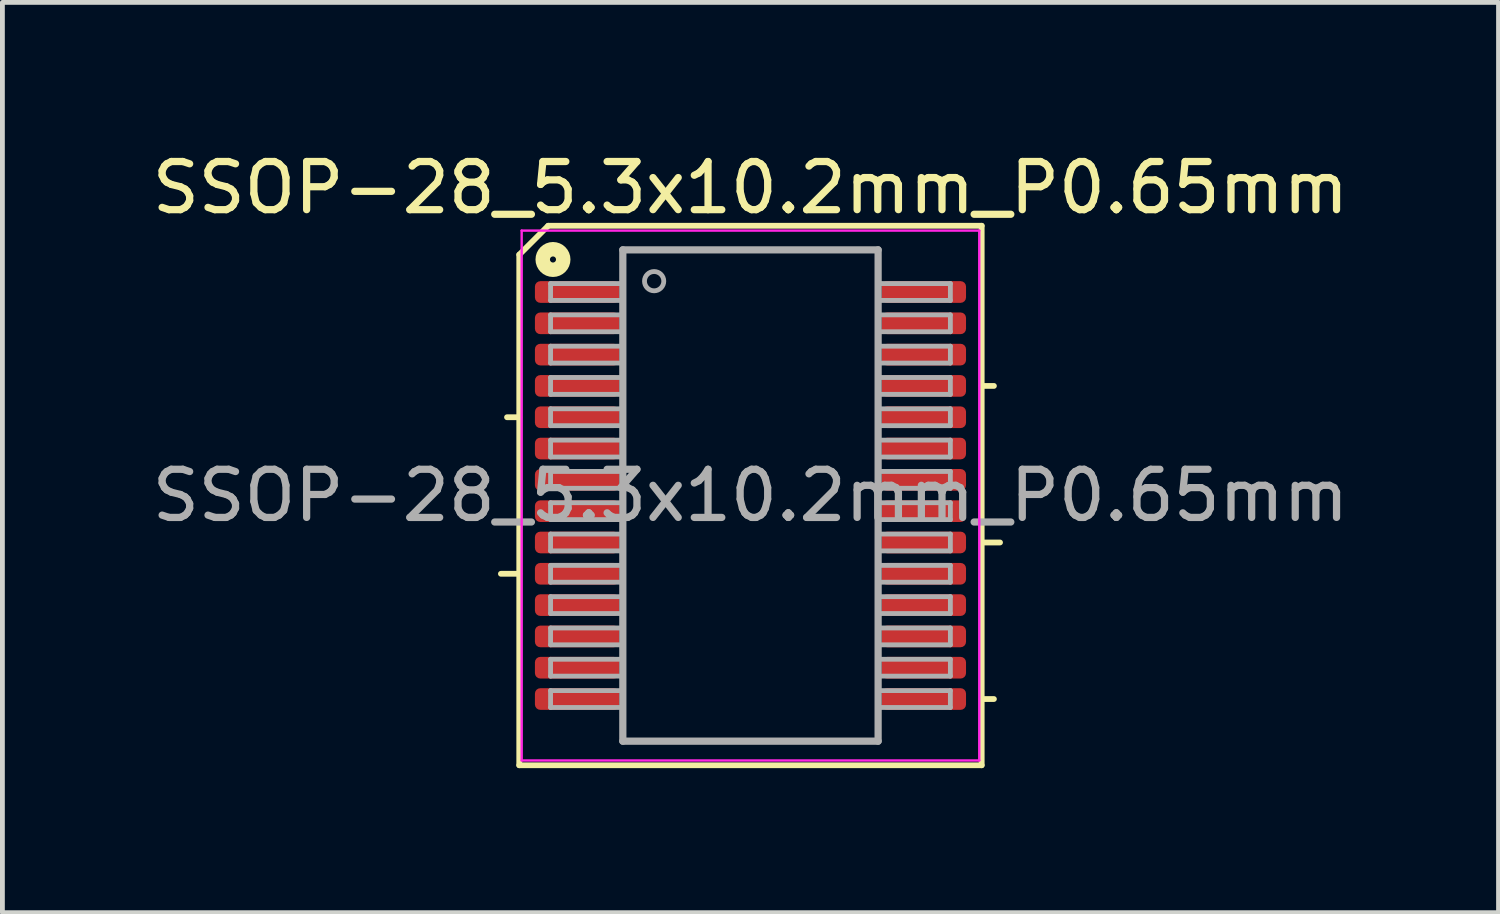
<source format=kicad_pcb>
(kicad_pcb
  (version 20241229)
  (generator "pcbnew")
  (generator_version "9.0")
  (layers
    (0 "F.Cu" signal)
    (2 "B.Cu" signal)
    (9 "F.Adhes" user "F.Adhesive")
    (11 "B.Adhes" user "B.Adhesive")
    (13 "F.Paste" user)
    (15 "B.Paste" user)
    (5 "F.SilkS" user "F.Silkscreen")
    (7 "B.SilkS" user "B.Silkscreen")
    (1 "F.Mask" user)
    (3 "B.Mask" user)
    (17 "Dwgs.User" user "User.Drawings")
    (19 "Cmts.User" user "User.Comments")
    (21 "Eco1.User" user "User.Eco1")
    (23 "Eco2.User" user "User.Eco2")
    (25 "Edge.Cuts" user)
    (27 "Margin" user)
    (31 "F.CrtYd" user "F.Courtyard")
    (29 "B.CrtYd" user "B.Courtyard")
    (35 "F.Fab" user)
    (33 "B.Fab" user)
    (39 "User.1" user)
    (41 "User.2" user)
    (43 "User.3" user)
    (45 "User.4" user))
  (footprint "SSOP-28_5.3x10.2mm_P0.65mm"
    (layer "F.Cu")
    (at 12.53 7.237)
    (property "Reference" "SSOP-28_5.3x10.2mm_P0.65mm" (at 0 -6.389 0) (layer "F.SilkS") (effects (font (size 1 1) (thickness 0.15))))
    (attr smd)
    (fp_line (start -4.8 -5) (end -4.8 5.6) (stroke (width 0.12) (type solid)) (layer "F.SilkS"))
    (fp_line (start -4.8 -5) (end -4.2 -5.6) (stroke (width 0.12) (type solid)) (layer "F.SilkS"))
    (fp_line (start -4.8 -1.625) (end -5.054 -1.625) (stroke (width 0.12) (type solid)) (layer "F.SilkS"))
    (fp_line (start -4.8 1.625) (end -5.181 1.625) (stroke (width 0.12) (type solid)) (layer "F.SilkS"))
    (fp_line (start -4.8 5.6) (end 4.8 5.6) (stroke (width 0.12) (type solid)) (layer "F.SilkS"))
    (fp_line (start 4.8 -5.6) (end -4.2 -5.6) (stroke (width 0.12) (type solid)) (layer "F.SilkS"))
    (fp_line (start 4.8 -2.275) (end 5.054 -2.275) (stroke (width 0.12) (type solid)) (layer "F.SilkS"))
    (fp_line (start 4.8 0.975) (end 5.181 0.975) (stroke (width 0.12) (type solid)) (layer "F.SilkS"))
    (fp_line (start 4.8 4.225) (end 5.054 4.225) (stroke (width 0.12) (type solid)) (layer "F.SilkS"))
    (fp_line (start 4.8 5.6) (end 4.8 -5.6) (stroke (width 0.12) (type solid)) (layer "F.SilkS"))
    (fp_circle (center -4.1 -4.9) (end -4.037 -4.9) (stroke (width 0.3) (type solid)) (fill no) (layer "F.SilkS"))
    (fp_line (start -4.75 -5.5) (end -4.75 5.5) (stroke (width 0.05) (type solid)) (layer "F.CrtYd"))
    (fp_line (start -4.75 -5.5) (end 4.75 -5.5) (stroke (width 0.05) (type solid)) (layer "F.CrtYd"))
    (fp_line (start -4.75 5.5) (end 4.75 5.5) (stroke (width 0.05) (type solid)) (layer "F.CrtYd"))
    (fp_line (start 4.75 -5.5) (end 4.75 5.5) (stroke (width 0.05) (type solid)) (layer "F.CrtYd"))
    (fp_line (start -4.15 -4.4) (end -4.15 -4.05) (stroke (width 0.1) (type solid)) (layer "F.Fab"))
    (fp_line (start -4.15 -4.4) (end -2.65 -4.4) (stroke (width 0.1) (type solid)) (layer "F.Fab"))
    (fp_line (start -4.15 -4.05) (end -2.65 -4.05) (stroke (width 0.1) (type solid)) (layer "F.Fab"))
    (fp_line (start -4.15 -3.75) (end -4.15 -3.4) (stroke (width 0.1) (type solid)) (layer "F.Fab"))
    (fp_line (start -4.15 -3.75) (end -2.65 -3.75) (stroke (width 0.1) (type solid)) (layer "F.Fab"))
    (fp_line (start -4.15 -3.4) (end -2.65 -3.4) (stroke (width 0.1) (type solid)) (layer "F.Fab"))
    (fp_line (start -4.15 -3.1) (end -4.15 -2.75) (stroke (width 0.1) (type solid)) (layer "F.Fab"))
    (fp_line (start -4.15 -3.1) (end -2.65 -3.1) (stroke (width 0.1) (type solid)) (layer "F.Fab"))
    (fp_line (start -4.15 -2.75) (end -2.65 -2.75) (stroke (width 0.1) (type solid)) (layer "F.Fab"))
    (fp_line (start -4.15 -2.45) (end -4.15 -2.1) (stroke (width 0.1) (type solid)) (layer "F.Fab"))
    (fp_line (start -4.15 -2.45) (end -2.65 -2.45) (stroke (width 0.1) (type solid)) (layer "F.Fab"))
    (fp_line (start -4.15 -2.1) (end -2.65 -2.1) (stroke (width 0.1) (type solid)) (layer "F.Fab"))
    (fp_line (start -4.15 -1.8) (end -4.15 -1.45) (stroke (width 0.1) (type solid)) (layer "F.Fab"))
    (fp_line (start -4.15 -1.8) (end -2.65 -1.8) (stroke (width 0.1) (type solid)) (layer "F.Fab"))
    (fp_line (start -4.15 -1.45) (end -2.65 -1.45) (stroke (width 0.1) (type solid)) (layer "F.Fab"))
    (fp_line (start -4.15 -1.15) (end -4.15 -0.8) (stroke (width 0.1) (type solid)) (layer "F.Fab"))
    (fp_line (start -4.15 -1.15) (end -2.65 -1.15) (stroke (width 0.1) (type solid)) (layer "F.Fab"))
    (fp_line (start -4.15 -0.8) (end -2.65 -0.8) (stroke (width 0.1) (type solid)) (layer "F.Fab"))
    (fp_line (start -4.15 -0.5) (end -4.15 -0.15) (stroke (width 0.1) (type solid)) (layer "F.Fab"))
    (fp_line (start -4.15 -0.5) (end -2.65 -0.5) (stroke (width 0.1) (type solid)) (layer "F.Fab"))
    (fp_line (start -4.15 -0.15) (end -2.65 -0.15) (stroke (width 0.1) (type solid)) (layer "F.Fab"))
    (fp_line (start -4.15 0.15) (end -4.15 0.5) (stroke (width 0.1) (type solid)) (layer "F.Fab"))
    (fp_line (start -4.15 0.15) (end -2.65 0.15) (stroke (width 0.1) (type solid)) (layer "F.Fab"))
    (fp_line (start -4.15 0.5) (end -2.65 0.5) (stroke (width 0.1) (type solid)) (layer "F.Fab"))
    (fp_line (start -4.15 0.8) (end -4.15 1.15) (stroke (width 0.1) (type solid)) (layer "F.Fab"))
    (fp_line (start -4.15 0.8) (end -2.65 0.8) (stroke (width 0.1) (type solid)) (layer "F.Fab"))
    (fp_line (start -4.15 1.15) (end -2.65 1.15) (stroke (width 0.1) (type solid)) (layer "F.Fab"))
    (fp_line (start -4.15 1.45) (end -4.15 1.8) (stroke (width 0.1) (type solid)) (layer "F.Fab"))
    (fp_line (start -4.15 1.45) (end -2.65 1.45) (stroke (width 0.1) (type solid)) (layer "F.Fab"))
    (fp_line (start -4.15 1.8) (end -2.65 1.8) (stroke (width 0.1) (type solid)) (layer "F.Fab"))
    (fp_line (start -4.15 2.1) (end -4.15 2.45) (stroke (width 0.1) (type solid)) (layer "F.Fab"))
    (fp_line (start -4.15 2.1) (end -2.65 2.1) (stroke (width 0.1) (type solid)) (layer "F.Fab"))
    (fp_line (start -4.15 2.45) (end -2.65 2.45) (stroke (width 0.1) (type solid)) (layer "F.Fab"))
    (fp_line (start -4.15 2.75) (end -4.15 3.1) (stroke (width 0.1) (type solid)) (layer "F.Fab"))
    (fp_line (start -4.15 2.75) (end -2.65 2.75) (stroke (width 0.1) (type solid)) (layer "F.Fab"))
    (fp_line (start -4.15 3.1) (end -2.65 3.1) (stroke (width 0.1) (type solid)) (layer "F.Fab"))
    (fp_line (start -4.15 3.4) (end -4.15 3.75) (stroke (width 0.1) (type solid)) (layer "F.Fab"))
    (fp_line (start -4.15 3.4) (end -2.65 3.4) (stroke (width 0.1) (type solid)) (layer "F.Fab"))
    (fp_line (start -4.15 3.75) (end -2.65 3.75) (stroke (width 0.1) (type solid)) (layer "F.Fab"))
    (fp_line (start -4.15 4.05) (end -4.15 4.4) (stroke (width 0.1) (type solid)) (layer "F.Fab"))
    (fp_line (start -4.15 4.05) (end -2.65 4.05) (stroke (width 0.1) (type solid)) (layer "F.Fab"))
    (fp_line (start -4.15 4.4) (end -2.65 4.4) (stroke (width 0.1) (type solid)) (layer "F.Fab"))
    (fp_line (start -2.65 -5.1) (end 2.65 -5.1) (stroke (width 0.15) (type solid)) (layer "F.Fab"))
    (fp_line (start -2.65 5.1) (end -2.65 -5.1) (stroke (width 0.15) (type solid)) (layer "F.Fab"))
    (fp_line (start 2.65 -5.1) (end 2.65 5.1) (stroke (width 0.15) (type solid)) (layer "F.Fab"))
    (fp_line (start 2.65 5.1) (end -2.65 5.1) (stroke (width 0.15) (type solid)) (layer "F.Fab"))
    (fp_line (start 4.15 -4.4) (end 2.65 -4.4) (stroke (width 0.1) (type solid)) (layer "F.Fab"))
    (fp_line (start 4.15 -4.05) (end 2.65 -4.05) (stroke (width 0.1) (type solid)) (layer "F.Fab"))
    (fp_line (start 4.15 -4.05) (end 4.15 -4.4) (stroke (width 0.1) (type solid)) (layer "F.Fab"))
    (fp_line (start 4.15 -3.75) (end 2.65 -3.75) (stroke (width 0.1) (type solid)) (layer "F.Fab"))
    (fp_line (start 4.15 -3.4) (end 2.65 -3.4) (stroke (width 0.1) (type solid)) (layer "F.Fab"))
    (fp_line (start 4.15 -3.4) (end 4.15 -3.75) (stroke (width 0.1) (type solid)) (layer "F.Fab"))
    (fp_line (start 4.15 -3.1) (end 2.65 -3.1) (stroke (width 0.1) (type solid)) (layer "F.Fab"))
    (fp_line (start 4.15 -2.75) (end 2.65 -2.75) (stroke (width 0.1) (type solid)) (layer "F.Fab"))
    (fp_line (start 4.15 -2.75) (end 4.15 -3.1) (stroke (width 0.1) (type solid)) (layer "F.Fab"))
    (fp_line (start 4.15 -2.45) (end 2.65 -2.45) (stroke (width 0.1) (type solid)) (layer "F.Fab"))
    (fp_line (start 4.15 -2.1) (end 2.65 -2.1) (stroke (width 0.1) (type solid)) (layer "F.Fab"))
    (fp_line (start 4.15 -2.1) (end 4.15 -2.45) (stroke (width 0.1) (type solid)) (layer "F.Fab"))
    (fp_line (start 4.15 -1.8) (end 2.65 -1.8) (stroke (width 0.1) (type solid)) (layer "F.Fab"))
    (fp_line (start 4.15 -1.45) (end 2.65 -1.45) (stroke (width 0.1) (type solid)) (layer "F.Fab"))
    (fp_line (start 4.15 -1.45) (end 4.15 -1.8) (stroke (width 0.1) (type solid)) (layer "F.Fab"))
    (fp_line (start 4.15 -1.15) (end 2.65 -1.15) (stroke (width 0.1) (type solid)) (layer "F.Fab"))
    (fp_line (start 4.15 -0.8) (end 2.65 -0.8) (stroke (width 0.1) (type solid)) (layer "F.Fab"))
    (fp_line (start 4.15 -0.8) (end 4.15 -1.15) (stroke (width 0.1) (type solid)) (layer "F.Fab"))
    (fp_line (start 4.15 -0.5) (end 2.65 -0.5) (stroke (width 0.1) (type solid)) (layer "F.Fab"))
    (fp_line (start 4.15 -0.15) (end 2.65 -0.15) (stroke (width 0.1) (type solid)) (layer "F.Fab"))
    (fp_line (start 4.15 -0.15) (end 4.15 -0.5) (stroke (width 0.1) (type solid)) (layer "F.Fab"))
    (fp_line (start 4.15 0.15) (end 2.65 0.15) (stroke (width 0.1) (type solid)) (layer "F.Fab"))
    (fp_line (start 4.15 0.5) (end 2.65 0.5) (stroke (width 0.1) (type solid)) (layer "F.Fab"))
    (fp_line (start 4.15 0.5) (end 4.15 0.15) (stroke (width 0.1) (type solid)) (layer "F.Fab"))
    (fp_line (start 4.15 0.8) (end 2.65 0.8) (stroke (width 0.1) (type solid)) (layer "F.Fab"))
    (fp_line (start 4.15 1.15) (end 2.65 1.15) (stroke (width 0.1) (type solid)) (layer "F.Fab"))
    (fp_line (start 4.15 1.15) (end 4.15 0.8) (stroke (width 0.1) (type solid)) (layer "F.Fab"))
    (fp_line (start 4.15 1.45) (end 2.65 1.45) (stroke (width 0.1) (type solid)) (layer "F.Fab"))
    (fp_line (start 4.15 1.8) (end 2.65 1.8) (stroke (width 0.1) (type solid)) (layer "F.Fab"))
    (fp_line (start 4.15 1.8) (end 4.15 1.45) (stroke (width 0.1) (type solid)) (layer "F.Fab"))
    (fp_line (start 4.15 2.1) (end 2.65 2.1) (stroke (width 0.1) (type solid)) (layer "F.Fab"))
    (fp_line (start 4.15 2.45) (end 2.65 2.45) (stroke (width 0.1) (type solid)) (layer "F.Fab"))
    (fp_line (start 4.15 2.45) (end 4.15 2.1) (stroke (width 0.1) (type solid)) (layer "F.Fab"))
    (fp_line (start 4.15 2.75) (end 2.65 2.75) (stroke (width 0.1) (type solid)) (layer "F.Fab"))
    (fp_line (start 4.15 3.1) (end 2.65 3.1) (stroke (width 0.1) (type solid)) (layer "F.Fab"))
    (fp_line (start 4.15 3.1) (end 4.15 2.75) (stroke (width 0.1) (type solid)) (layer "F.Fab"))
    (fp_line (start 4.15 3.4) (end 2.65 3.4) (stroke (width 0.1) (type solid)) (layer "F.Fab"))
    (fp_line (start 4.15 3.75) (end 2.65 3.75) (stroke (width 0.1) (type solid)) (layer "F.Fab"))
    (fp_line (start 4.15 3.75) (end 4.15 3.4) (stroke (width 0.1) (type solid)) (layer "F.Fab"))
    (fp_line (start 4.15 4.05) (end 2.65 4.05) (stroke (width 0.1) (type solid)) (layer "F.Fab"))
    (fp_line (start 4.15 4.4) (end 2.65 4.4) (stroke (width 0.1) (type solid)) (layer "F.Fab"))
    (fp_line (start 4.15 4.4) (end 4.15 4.05) (stroke (width 0.1) (type solid)) (layer "F.Fab"))
    (fp_circle (center -2 -4.45) (end -1.8 -4.45) (stroke (width 0.1) (type solid)) (fill no) (layer "F.Fab"))
    (fp_text user "${REFERENCE}" (at 0 0 0) (layer "F.Fab") (effects (font (size 1 1) (thickness 0.15))))
    (pad "1" smd roundrect (at -3.6 -4.225) (size 1.75 0.45) (layers "F.Cu" "F.Mask" "F.Paste") (roundrect_rratio 0.25))
    (pad "2" smd roundrect (at -3.6 -3.575) (size 1.75 0.45) (layers "F.Cu" "F.Mask" "F.Paste") (roundrect_rratio 0.25))
    (pad "3" smd roundrect (at -3.6 -2.925) (size 1.75 0.45) (layers "F.Cu" "F.Mask" "F.Paste") (roundrect_rratio 0.25))
    (pad "4" smd roundrect (at -3.6 -2.275) (size 1.75 0.45) (layers "F.Cu" "F.Mask" "F.Paste") (roundrect_rratio 0.25))
    (pad "5" smd roundrect (at -3.6 -1.625) (size 1.75 0.45) (layers "F.Cu" "F.Mask" "F.Paste") (roundrect_rratio 0.25))
    (pad "6" smd roundrect (at -3.6 -0.975) (size 1.75 0.45) (layers "F.Cu" "F.Mask" "F.Paste") (roundrect_rratio 0.25))
    (pad "7" smd roundrect (at -3.6 -0.325) (size 1.75 0.45) (layers "F.Cu" "F.Mask" "F.Paste") (roundrect_rratio 0.25))
    (pad "8" smd roundrect (at -3.6 0.325) (size 1.75 0.45) (layers "F.Cu" "F.Mask" "F.Paste") (roundrect_rratio 0.25))
    (pad "9" smd roundrect (at -3.6 0.975) (size 1.75 0.45) (layers "F.Cu" "F.Mask" "F.Paste") (roundrect_rratio 0.25))
    (pad "10" smd roundrect (at -3.6 1.625) (size 1.75 0.45) (layers "F.Cu" "F.Mask" "F.Paste") (roundrect_rratio 0.25))
    (pad "11" smd roundrect (at -3.6 2.275) (size 1.75 0.45) (layers "F.Cu" "F.Mask" "F.Paste") (roundrect_rratio 0.25))
    (pad "12" smd roundrect (at -3.6 2.925) (size 1.75 0.45) (layers "F.Cu" "F.Mask" "F.Paste") (roundrect_rratio 0.25))
    (pad "13" smd roundrect (at -3.6 3.575) (size 1.75 0.45) (layers "F.Cu" "F.Mask" "F.Paste") (roundrect_rratio 0.25))
    (pad "14" smd roundrect (at -3.6 4.225) (size 1.75 0.45) (layers "F.Cu" "F.Mask" "F.Paste") (roundrect_rratio 0.25))
    (pad "15" smd roundrect (at 3.6 4.225) (size 1.75 0.45) (layers "F.Cu" "F.Mask" "F.Paste") (roundrect_rratio 0.25))
    (pad "16" smd roundrect (at 3.6 3.575) (size 1.75 0.45) (layers "F.Cu" "F.Mask" "F.Paste") (roundrect_rratio 0.25))
    (pad "17" smd roundrect (at 3.6 2.925) (size 1.75 0.45) (layers "F.Cu" "F.Mask" "F.Paste") (roundrect_rratio 0.25))
    (pad "18" smd roundrect (at 3.6 2.275) (size 1.75 0.45) (layers "F.Cu" "F.Mask" "F.Paste") (roundrect_rratio 0.25))
    (pad "19" smd roundrect (at 3.6 1.625) (size 1.75 0.45) (layers "F.Cu" "F.Mask" "F.Paste") (roundrect_rratio 0.25))
    (pad "20" smd roundrect (at 3.6 0.975) (size 1.75 0.45) (layers "F.Cu" "F.Mask" "F.Paste") (roundrect_rratio 0.25))
    (pad "21" smd roundrect (at 3.6 0.325) (size 1.75 0.45) (layers "F.Cu" "F.Mask" "F.Paste") (roundrect_rratio 0.25))
    (pad "22" smd roundrect (at 3.6 -0.325) (size 1.75 0.45) (layers "F.Cu" "F.Mask" "F.Paste") (roundrect_rratio 0.25))
    (pad "23" smd roundrect (at 3.6 -0.975) (size 1.75 0.45) (layers "F.Cu" "F.Mask" "F.Paste") (roundrect_rratio 0.25))
    (pad "24" smd roundrect (at 3.6 -1.625) (size 1.75 0.45) (layers "F.Cu" "F.Mask" "F.Paste") (roundrect_rratio 0.25))
    (pad "25" smd roundrect (at 3.6 -2.275) (size 1.75 0.45) (layers "F.Cu" "F.Mask" "F.Paste") (roundrect_rratio 0.25))
    (pad "26" smd roundrect (at 3.6 -2.925) (size 1.75 0.45) (layers "F.Cu" "F.Mask" "F.Paste") (roundrect_rratio 0.25))
    (pad "27" smd roundrect (at 3.6 -3.575) (size 1.75 0.45) (layers "F.Cu" "F.Mask" "F.Paste") (roundrect_rratio 0.25))
    (pad "28" smd roundrect (at 3.6 -4.225) (size 1.75 0.45) (layers "F.Cu" "F.Mask" "F.Paste") (roundrect_rratio 0.25)))
  (gr_rect
    (start -3 -3)
    (end 28.06 15.897)
    (stroke (width 0.1) (type default))
    (fill no)
    (layer "Edge.Cuts")))
</source>
